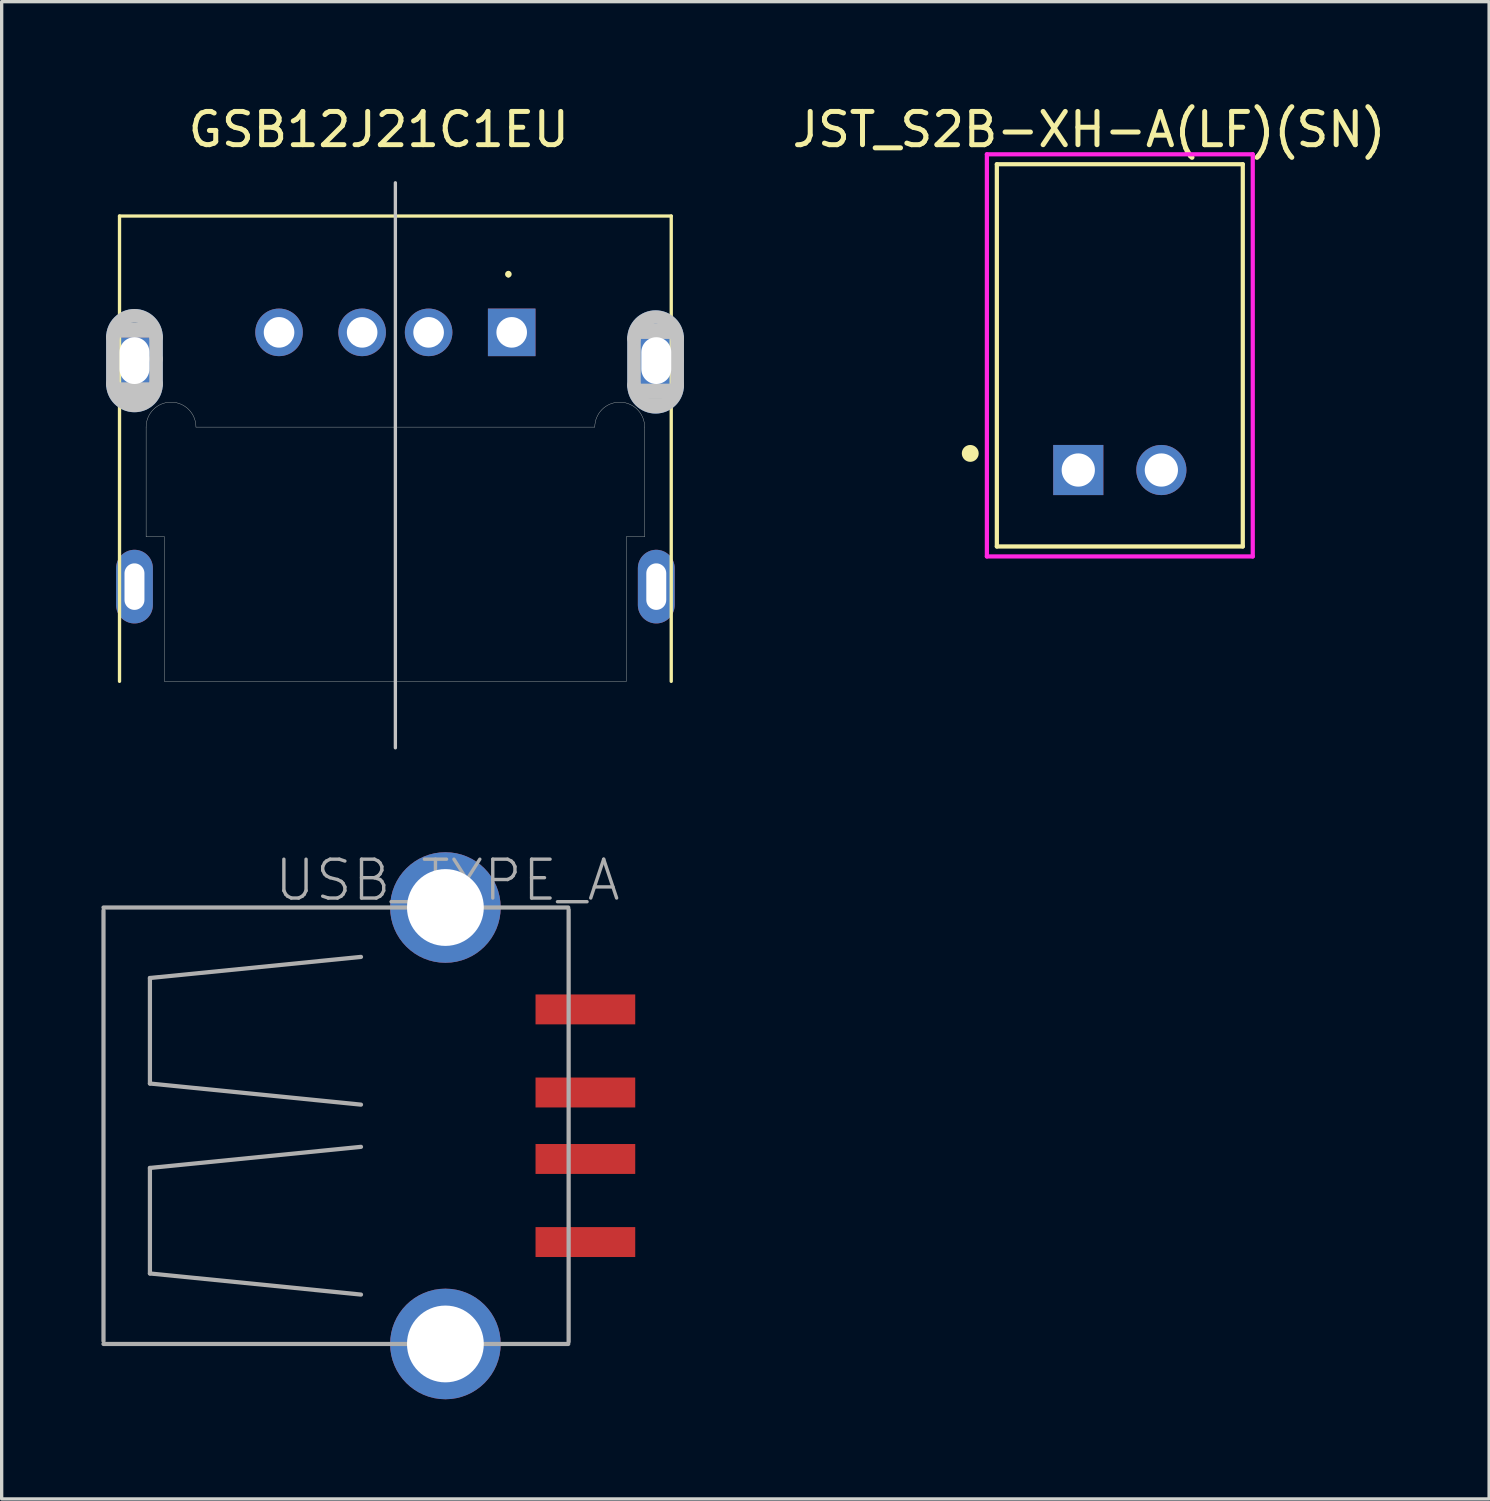
<source format=kicad_pcb>
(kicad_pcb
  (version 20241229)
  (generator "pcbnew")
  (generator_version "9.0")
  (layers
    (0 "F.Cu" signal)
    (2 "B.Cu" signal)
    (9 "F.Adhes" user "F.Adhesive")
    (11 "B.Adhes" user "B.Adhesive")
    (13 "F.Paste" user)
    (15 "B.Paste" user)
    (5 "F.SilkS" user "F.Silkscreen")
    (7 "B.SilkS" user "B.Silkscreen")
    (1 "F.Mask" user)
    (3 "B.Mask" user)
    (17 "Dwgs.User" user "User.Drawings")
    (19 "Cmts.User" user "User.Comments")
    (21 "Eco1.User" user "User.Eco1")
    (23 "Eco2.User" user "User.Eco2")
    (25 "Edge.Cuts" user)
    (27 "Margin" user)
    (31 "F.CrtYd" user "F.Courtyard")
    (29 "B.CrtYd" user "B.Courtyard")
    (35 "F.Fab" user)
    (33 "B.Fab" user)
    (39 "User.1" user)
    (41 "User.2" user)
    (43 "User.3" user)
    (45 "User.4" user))
  (footprint "USB_TYPE_A"
    (layer "F.Cu")
    (at 10.351 30.821)
    (property "Reference" "USB_TYPE_A" (at 5.33 -8.07 0) (unlocked yes) (layer "F.Fab") (effects (font (size 1.168 1.168) (thickness 0.102)) (justify right top)))
    (fp_line (start -10.287 -6.477) (end -10.287 6.477) (stroke (width 0.127) (type solid)) (layer "F.Fab"))
    (fp_line (start -8.89 -4.445) (end -8.89 -1.27) (stroke (width 0.127) (type solid)) (layer "F.Fab"))
    (fp_line (start -8.89 -1.27) (end -2.54 -0.635) (stroke (width 0.127) (type solid)) (layer "F.Fab"))
    (fp_line (start -8.89 1.27) (end -2.54 0.635) (stroke (width 0.127) (type solid)) (layer "F.Fab"))
    (fp_line (start -8.89 4.445) (end -8.89 1.27) (stroke (width 0.127) (type solid)) (layer "F.Fab"))
    (fp_line (start -2.54 -5.08) (end -8.89 -4.445) (stroke (width 0.127) (type solid)) (layer "F.Fab"))
    (fp_line (start -2.54 5.08) (end -8.89 4.445) (stroke (width 0.127) (type solid)) (layer "F.Fab"))
    (fp_line (start 3.696 -6.566) (end -10.287 -6.566) (stroke (width 0.127) (type solid)) (layer "F.Fab"))
    (fp_line (start 3.696 6.566) (end -10.287 6.566) (stroke (width 0.127) (type solid)) (layer "F.Fab"))
    (fp_line (start 3.708 -6.502) (end 3.708 6.502) (stroke (width 0.127) (type solid)) (layer "F.Fab"))
    (pad "1" smd rect (at 4.212 -3.5) (size 3 0.9) (layers "F.Cu" "F.Mask" "F.Paste"))
    (pad "2" smd rect (at 4.212 -1) (size 3 0.9) (layers "F.Cu" "F.Mask" "F.Paste"))
    (pad "3" smd rect (at 4.212 1) (size 3 0.9) (layers "F.Cu" "F.Mask" "F.Paste"))
    (pad "4" smd rect (at 4.212 3.5) (size 3 0.9) (layers "F.Cu" "F.Mask" "F.Paste"))
    (pad "S1" thru_hole circle (at 0 6.566 270) (size 3.327 3.327) (drill 2.311) (layers "*.Cu" "*.Mask"))
    (pad "S2" thru_hole circle (at 0 -6.566 270) (size 3.327 3.327) (drill 2.311) (layers "*.Cu" "*.Mask")))
  (footprint "GSB12J21C1EU"
    (layer "F.Cu")
    (at 8.846 17.45)
    (property "Reference" "GSB12J21C1EU" (at -0.5 -16.602 0) (layer "F.SilkS") (effects (font (size 1 1) (thickness 0.15))))
    (attr through_hole)
    (fp_line (start -7.846 -10.408) (end -7.846 -9.008) (stroke (width 2) (type solid)) (layer "F.Mask"))
    (fp_line (start 7.834 -10.368) (end 7.834 -8.968) (stroke (width 2) (type solid)) (layer "F.Mask"))
    (fp_line (start -8.5 -10.35) (end -8.5 -8.95) (stroke (width 0.406) (type solid)) (layer "B.Cu"))
    (fp_line (start -7.2 -10.35) (end -7.2 -8.95) (stroke (width 0.406) (type solid)) (layer "B.Cu"))
    (fp_line (start 7.18 -10.31) (end 7.18 -8.91) (stroke (width 0.406) (type solid)) (layer "B.Cu"))
    (fp_line (start 8.48 -10.31) (end 8.48 -8.91) (stroke (width 0.406) (type solid)) (layer "B.Cu"))
    (fp_arc (start -8.5 -10.35) (mid -7.85 -11) (end -7.2 -10.35) (stroke (width 0.4064) (type solid)) (layer "B.Cu"))
    (fp_arc (start -7.2 -8.95) (mid -7.85 -8.3) (end -8.5 -8.95) (stroke (width 0.4064) (type solid)) (layer "B.Cu"))
    (fp_arc (start 7.18 -10.31) (mid 7.83 -10.96) (end 8.48 -10.31) (stroke (width 0.4064) (type solid)) (layer "B.Cu"))
    (fp_arc (start 8.48 -8.91) (mid 7.83 -8.26) (end 7.18 -8.91) (stroke (width 0.4064) (type solid)) (layer "B.Cu"))
    (fp_line (start -7.846 -10.408) (end -7.846 -9.008) (stroke (width 2) (type solid)) (layer "B.Mask"))
    (fp_line (start 7.834 -10.368) (end 7.834 -8.968) (stroke (width 2) (type solid)) (layer "B.Mask"))
    (fp_line (start -8.3 -14) (end 8.3 -14) (stroke (width 0.1) (type solid)) (layer "F.SilkS"))
    (fp_line (start -8.3 0) (end -8.3 -14) (stroke (width 0.1) (type solid)) (layer "F.SilkS"))
    (fp_line (start 8.3 -14) (end 8.3 0) (stroke (width 0.1) (type solid)) (layer "F.SilkS"))
    (fp_arc (start 3.4 -12.3) (mid 3.45 -12.25) (end 3.4 -12.2) (stroke (width 0.1) (type solid)) (layer "F.SilkS"))
    (fp_arc (start 3.4 -12.2) (mid 3.35 -12.25) (end 3.4 -12.3) (stroke (width 0.1) (type solid)) (layer "F.SilkS"))
    (fp_line (start -7.846 -10.408) (end -7.846 -9.008) (stroke (width 2) (type solid)) (layer "F.Paste"))
    (fp_line (start 7.834 -10.368) (end 7.834 -8.968) (stroke (width 2) (type solid)) (layer "F.Paste"))
    (fp_line (start -7.846 -10.408) (end -7.846 -9.008) (stroke (width 2) (type solid)) (layer "B.Paste"))
    (fp_line (start 7.834 -10.368) (end 7.834 -8.968) (stroke (width 2) (type solid)) (layer "B.Paste"))
    (fp_line (start -8.5 -10.35) (end -8.5 -8.95) (stroke (width 0.1) (type solid)) (layer "Dwgs.User"))
    (fp_line (start -8.5 -10.35) (end -8.5 -8.95) (stroke (width 0.406) (type solid)) (layer "Dwgs.User"))
    (fp_line (start -8.42 -10.67) (end -7.22 -10.67) (stroke (width 0.254) (type solid)) (layer "Dwgs.User"))
    (fp_line (start -8.42 -10.47) (end -7.22 -10.47) (stroke (width 0.254) (type solid)) (layer "Dwgs.User"))
    (fp_line (start -8.42 -8.87) (end -7.22 -8.87) (stroke (width 0.254) (type solid)) (layer "Dwgs.User"))
    (fp_line (start -8.42 -8.67) (end -7.22 -8.67) (stroke (width 0.254) (type solid)) (layer "Dwgs.User"))
    (fp_line (start -8.4 -8.5) (end -7.4 -8.5) (stroke (width 0.127) (type solid)) (layer "Dwgs.User"))
    (fp_line (start -7.2 -10.35) (end -7.2 -9.7) (stroke (width 0.406) (type solid)) (layer "Dwgs.User"))
    (fp_line (start -7.2 -10.35) (end -7.2 -8.95) (stroke (width 0.1) (type solid)) (layer "Dwgs.User"))
    (fp_line (start -7.2 -9.7) (end -7.2 -8.95) (stroke (width 0.406) (type solid)) (layer "Dwgs.User"))
    (fp_line (start 0 -15) (end 0 2) (stroke (width 0.1) (type solid)) (layer "Dwgs.User"))
    (fp_line (start 7.18 -10.31) (end 7.18 -8.91) (stroke (width 0.1) (type solid)) (layer "Dwgs.User"))
    (fp_line (start 7.18 -10.31) (end 7.18 -8.91) (stroke (width 0.406) (type solid)) (layer "Dwgs.User"))
    (fp_line (start 7.26 -10.63) (end 8.46 -10.63) (stroke (width 0.254) (type solid)) (layer "Dwgs.User"))
    (fp_line (start 7.26 -10.43) (end 8.46 -10.43) (stroke (width 0.254) (type solid)) (layer "Dwgs.User"))
    (fp_line (start 7.26 -8.83) (end 8.46 -8.83) (stroke (width 0.254) (type solid)) (layer "Dwgs.User"))
    (fp_line (start 7.26 -8.63) (end 8.46 -8.63) (stroke (width 0.254) (type solid)) (layer "Dwgs.User"))
    (fp_line (start 7.28 -8.46) (end 8.28 -8.46) (stroke (width 0.127) (type solid)) (layer "Dwgs.User"))
    (fp_line (start 8.48 -10.31) (end 8.48 -9.66) (stroke (width 0.406) (type solid)) (layer "Dwgs.User"))
    (fp_line (start 8.48 -10.31) (end 8.48 -8.91) (stroke (width 0.1) (type solid)) (layer "Dwgs.User"))
    (fp_line (start 8.48 -9.66) (end 8.48 -8.91) (stroke (width 0.406) (type solid)) (layer "Dwgs.User"))
    (fp_arc (start -8.5 -10.35) (mid -7.85 -11) (end -7.2 -10.35) (stroke (width 0.1) (type solid)) (layer "Dwgs.User"))
    (fp_arc (start -8.5 -10.35) (mid -7.85 -11) (end -7.2 -10.35) (stroke (width 0.4064) (type solid)) (layer "Dwgs.User"))
    (fp_arc (start -7.2 -8.95) (mid -7.85 -8.3) (end -8.5 -8.95) (stroke (width 0.1) (type solid)) (layer "Dwgs.User"))
    (fp_arc (start -7.2 -8.95) (mid -7.85 -8.3) (end -8.5 -8.95) (stroke (width 0.4064) (type solid)) (layer "Dwgs.User"))
    (fp_arc (start 7.18 -10.31) (mid 7.83 -10.96) (end 8.48 -10.31) (stroke (width 0.1) (type solid)) (layer "Dwgs.User"))
    (fp_arc (start 7.18 -10.31) (mid 7.83 -10.96) (end 8.48 -10.31) (stroke (width 0.4064) (type solid)) (layer "Dwgs.User"))
    (fp_arc (start 8.48 -8.91) (mid 7.83 -8.26) (end 7.18 -8.91) (stroke (width 0.1) (type solid)) (layer "Dwgs.User"))
    (fp_arc (start 8.48 -8.91) (mid 7.83 -8.26) (end 7.18 -8.91) (stroke (width 0.4064) (type solid)) (layer "Dwgs.User"))
    (fp_line (start -7.5 -4.35) (end -7.5 -7.65) (stroke (width 0.01) (type solid)) (layer "Edge.Cuts"))
    (fp_line (start -7.5 -4.35) (end -6.95 -4.35) (stroke (width 0.01) (type solid)) (layer "Edge.Cuts"))
    (fp_line (start -6.95 0) (end -6.95 -4.35) (stroke (width 0.01) (type solid)) (layer "Edge.Cuts"))
    (fp_line (start -6.95 0) (end 6.95 0) (stroke (width 0.01) (type solid)) (layer "Edge.Cuts"))
    (fp_line (start -6 -7.65) (end 6 -7.65) (stroke (width 0.01) (type solid)) (layer "Edge.Cuts"))
    (fp_line (start 6.95 -4.35) (end 7.5 -4.35) (stroke (width 0.01) (type solid)) (layer "Edge.Cuts"))
    (fp_line (start 6.95 0) (end 6.95 -4.35) (stroke (width 0.01) (type solid)) (layer "Edge.Cuts"))
    (fp_line (start 7.5 -4.35) (end 7.5 -7.65) (stroke (width 0.01) (type solid)) (layer "Edge.Cuts"))
    (fp_arc (start -7.5 -7.65) (mid -6.75 -8.4) (end -6 -7.65) (stroke (width 0.01) (type solid)) (layer "Edge.Cuts"))
    (fp_arc (start 6 -7.65) (mid 6.75 -8.4) (end 7.5 -7.65) (stroke (width 0.01) (type solid)) (layer "Edge.Cuts"))
    (pad "1" thru_hole rect (at 3.5 -10.5) (size 1.431 1.431) (drill 0.92) (layers "*.Cu" "*.Mask"))
    (pad "2" thru_hole circle (at 1 -10.5) (size 1.431 1.431) (drill 0.92) (layers "*.Cu" "*.Mask"))
    (pad "3" thru_hole circle (at -1 -10.5) (size 1.431 1.431) (drill 0.92) (layers "*.Cu" "*.Mask"))
    (pad "4" thru_hole circle (at -3.5 -10.5) (size 1.431 1.431) (drill 0.92) (layers "*.Cu" "*.Mask"))
    (pad "MH1" thru_hole rect (at -7.85 -9.65) (size 1.408 1.408) (drill oval 0.9 2.3) (layers "*.Cu" "*.Mask"))
    (pad "MH2" thru_hole rect (at 7.85 -9.65) (size 1.408 1.408) (drill oval 0.9 2.3) (layers "*.Cu" "*.Mask"))
    (pad "MH3" thru_hole oval (at -7.85 -2.85) (size 1.108 2.216) (drill oval 0.6 1.4) (layers "*.Cu" "*.Mask"))
    (pad "MH4" thru_hole oval (at 7.85 -2.85) (size 1.108 2.216) (drill oval 0.6 1.4) (layers "*.Cu" "*.Mask")))
  (footprint "JST_S2B-XH-A(LF)(SN)"
    (layer "F.Cu")
    (at 30.643 11.092)
    (property "Reference" "JST_S2B-XH-A(LF)(SN)" (at -0.926 -10.244 0) (layer "F.SilkS") (effects (font (size 1.001 1.001) (thickness 0.15))))
    (attr through_hole)
    (fp_line (start -3.7 -9.2) (end 3.7 -9.2) (stroke (width 0.127) (type solid)) (layer "F.SilkS"))
    (fp_line (start -3.7 2.3) (end -3.7 -9.2) (stroke (width 0.127) (type solid)) (layer "F.SilkS"))
    (fp_line (start 3.7 -9.2) (end 3.7 2.3) (stroke (width 0.127) (type solid)) (layer "F.SilkS"))
    (fp_line (start 3.7 2.3) (end -3.7 2.3) (stroke (width 0.127) (type solid)) (layer "F.SilkS"))
    (fp_circle (center -4.5 -0.5) (end -4.246 -0.5) (stroke (width 0) (type solid)) (fill yes) (layer "F.SilkS"))
    (fp_line (start -4 -9.5) (end 4 -9.5) (stroke (width 0.127) (type solid)) (layer "F.CrtYd"))
    (fp_line (start -4 2.6) (end -4 -9.5) (stroke (width 0.127) (type solid)) (layer "F.CrtYd"))
    (fp_line (start 4 -9.5) (end 4 2.6) (stroke (width 0.127) (type solid)) (layer "F.CrtYd"))
    (fp_line (start 4 2.6) (end -4 2.6) (stroke (width 0.127) (type solid)) (layer "F.CrtYd"))
    (pad "1" thru_hole rect (at -1.25 0) (size 1.508 1.508) (drill 1) (layers "*.Cu" "*.Mask"))
    (pad "2" thru_hole circle (at 1.25 0) (size 1.508 1.508) (drill 1) (layers "*.Cu" "*.Mask")))
  (gr_rect
    (start -3 -3)
    (end 41.754 42.05)
    (stroke (width 0.1) (type default))
    (fill no)
    (layer "Edge.Cuts")))
</source>
